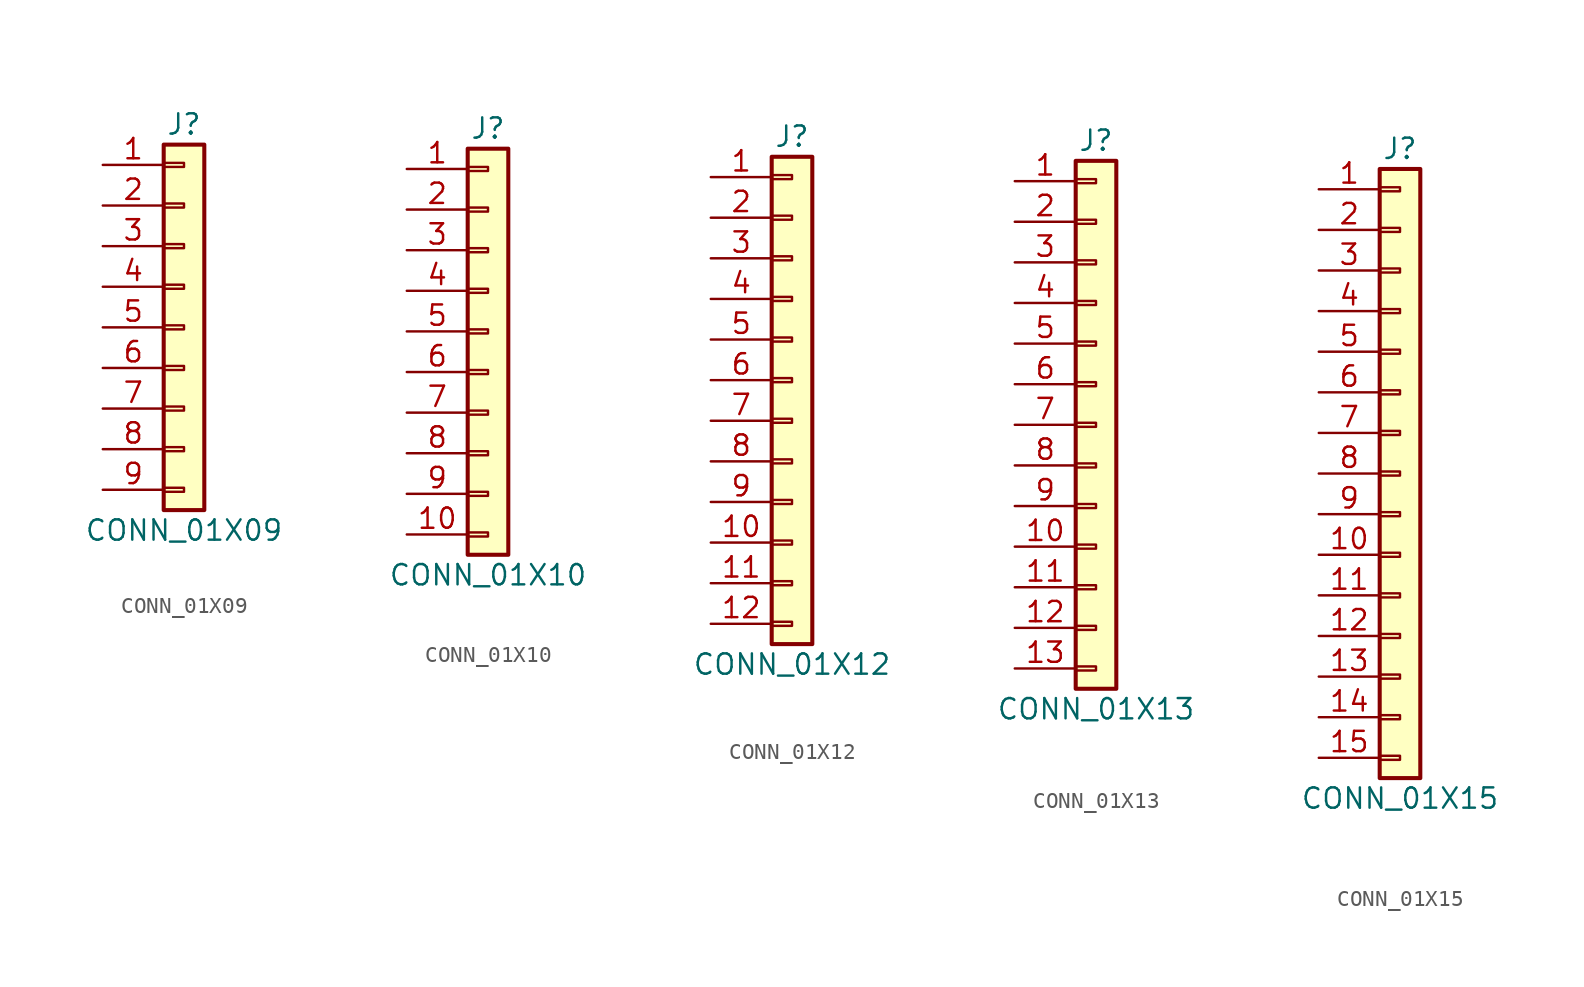
<source format=kicad_sym>
(kicad_symbol_lib
  (version 20211014)
  (generator kicad_symbol_editor)
  (symbol "CONN_01X09"
    (pin_names
      (offset 1.016) hide)
    (property "Reference" "J"
      (at 0 12.7 0)
      (effects (font (size 1.27 1.27))))
    (property "Value" "CONN_01X09"
      (at 0 -12.7 0)
      (effects (font (size 1.27 1.27))))
    (symbol "CONN_01X09_1_1"
      (rectangle (start -1.27 -10.033) (end 0 -10.287) (stroke (width 0.152) (type default) (color 0 0 0 0)) (fill (type none)))
      (rectangle (start -1.27 -7.493) (end 0 -7.747) (stroke (width 0.152) (type default) (color 0 0 0 0)) (fill (type none)))
      (rectangle (start -1.27 -4.953) (end 0 -5.207) (stroke (width 0.152) (type default) (color 0 0 0 0)) (fill (type none)))
      (rectangle (start -1.27 -2.413) (end 0 -2.667) (stroke (width 0.152) (type default) (color 0 0 0 0)) (fill (type none)))
      (rectangle (start -1.27 0.127) (end 0 -0.127) (stroke (width 0.152) (type default) (color 0 0 0 0)) (fill (type none)))
      (rectangle (start -1.27 2.667) (end 0 2.413) (stroke (width 0.152) (type default) (color 0 0 0 0)) (fill (type none)))
      (rectangle (start -1.27 5.207) (end 0 4.953) (stroke (width 0.152) (type default) (color 0 0 0 0)) (fill (type none)))
      (rectangle (start -1.27 7.747) (end 0 7.493) (stroke (width 0.152) (type default) (color 0 0 0 0)) (fill (type none)))
      (rectangle (start -1.27 10.287) (end 0 10.033) (stroke (width 0.152) (type default) (color 0 0 0 0)) (fill (type none)))
      (rectangle (start -1.27 11.43) (end 1.27 -11.43) (stroke (width 0.254) (type default) (color 0 0 0 0)) (fill (type background)))
      (pin passive line (at -5.08 10.16 0) (length 3.81) (name "Pin_1" (effects (font (size 1.27 1.27)))) (number "1" (effects (font (size 1.27 1.27)))))
      (pin passive line (at -5.08 7.62 0) (length 3.81) (name "Pin_2" (effects (font (size 1.27 1.27)))) (number "2" (effects (font (size 1.27 1.27)))))
      (pin passive line (at -5.08 5.08 0) (length 3.81) (name "Pin_3" (effects (font (size 1.27 1.27)))) (number "3" (effects (font (size 1.27 1.27)))))
      (pin passive line (at -5.08 2.54 0) (length 3.81) (name "Pin_4" (effects (font (size 1.27 1.27)))) (number "4" (effects (font (size 1.27 1.27)))))
      (pin passive line (at -5.08 0 0) (length 3.81) (name "Pin_5" (effects (font (size 1.27 1.27)))) (number "5" (effects (font (size 1.27 1.27)))))
      (pin passive line (at -5.08 -2.54 0) (length 3.81) (name "Pin_6" (effects (font (size 1.27 1.27)))) (number "6" (effects (font (size 1.27 1.27)))))
      (pin passive line (at -5.08 -5.08 0) (length 3.81) (name "Pin_7" (effects (font (size 1.27 1.27)))) (number "7" (effects (font (size 1.27 1.27)))))
      (pin passive line (at -5.08 -7.62 0) (length 3.81) (name "Pin_8" (effects (font (size 1.27 1.27)))) (number "8" (effects (font (size 1.27 1.27)))))
      (pin passive line (at -5.08 -10.16 0) (length 3.81) (name "Pin_9" (effects (font (size 1.27 1.27)))) (number "9" (effects (font (size 1.27 1.27)))))))
  (symbol "CONN_01X10"
    (pin_names
      (offset 1.016) hide)
    (property "Reference" "J"
      (at 0 12.7 0)
      (effects (font (size 1.27 1.27))))
    (property "Value" "CONN_01X10"
      (at 0 -15.24 0)
      (effects (font (size 1.27 1.27))))
    (symbol "CONN_01X10_1_1"
      (rectangle (start -1.27 -12.573) (end 0 -12.827) (stroke (width 0.152) (type default) (color 0 0 0 0)) (fill (type none)))
      (rectangle (start -1.27 -10.033) (end 0 -10.287) (stroke (width 0.152) (type default) (color 0 0 0 0)) (fill (type none)))
      (rectangle (start -1.27 -7.493) (end 0 -7.747) (stroke (width 0.152) (type default) (color 0 0 0 0)) (fill (type none)))
      (rectangle (start -1.27 -4.953) (end 0 -5.207) (stroke (width 0.152) (type default) (color 0 0 0 0)) (fill (type none)))
      (rectangle (start -1.27 -2.413) (end 0 -2.667) (stroke (width 0.152) (type default) (color 0 0 0 0)) (fill (type none)))
      (rectangle (start -1.27 0.127) (end 0 -0.127) (stroke (width 0.152) (type default) (color 0 0 0 0)) (fill (type none)))
      (rectangle (start -1.27 2.667) (end 0 2.413) (stroke (width 0.152) (type default) (color 0 0 0 0)) (fill (type none)))
      (rectangle (start -1.27 5.207) (end 0 4.953) (stroke (width 0.152) (type default) (color 0 0 0 0)) (fill (type none)))
      (rectangle (start -1.27 7.747) (end 0 7.493) (stroke (width 0.152) (type default) (color 0 0 0 0)) (fill (type none)))
      (rectangle (start -1.27 10.287) (end 0 10.033) (stroke (width 0.152) (type default) (color 0 0 0 0)) (fill (type none)))
      (rectangle (start -1.27 11.43) (end 1.27 -13.97) (stroke (width 0.254) (type default) (color 0 0 0 0)) (fill (type background)))
      (pin passive line (at -5.08 10.16 0) (length 3.81) (name "Pin_1" (effects (font (size 1.27 1.27)))) (number "1" (effects (font (size 1.27 1.27)))))
      (pin passive line (at -5.08 -12.7 0) (length 3.81) (name "Pin_10" (effects (font (size 1.27 1.27)))) (number "10" (effects (font (size 1.27 1.27)))))
      (pin passive line (at -5.08 7.62 0) (length 3.81) (name "Pin_2" (effects (font (size 1.27 1.27)))) (number "2" (effects (font (size 1.27 1.27)))))
      (pin passive line (at -5.08 5.08 0) (length 3.81) (name "Pin_3" (effects (font (size 1.27 1.27)))) (number "3" (effects (font (size 1.27 1.27)))))
      (pin passive line (at -5.08 2.54 0) (length 3.81) (name "Pin_4" (effects (font (size 1.27 1.27)))) (number "4" (effects (font (size 1.27 1.27)))))
      (pin passive line (at -5.08 0 0) (length 3.81) (name "Pin_5" (effects (font (size 1.27 1.27)))) (number "5" (effects (font (size 1.27 1.27)))))
      (pin passive line (at -5.08 -2.54 0) (length 3.81) (name "Pin_6" (effects (font (size 1.27 1.27)))) (number "6" (effects (font (size 1.27 1.27)))))
      (pin passive line (at -5.08 -5.08 0) (length 3.81) (name "Pin_7" (effects (font (size 1.27 1.27)))) (number "7" (effects (font (size 1.27 1.27)))))
      (pin passive line (at -5.08 -7.62 0) (length 3.81) (name "Pin_8" (effects (font (size 1.27 1.27)))) (number "8" (effects (font (size 1.27 1.27)))))
      (pin passive line (at -5.08 -10.16 0) (length 3.81) (name "Pin_9" (effects (font (size 1.27 1.27)))) (number "9" (effects (font (size 1.27 1.27)))))))
  (symbol "CONN_01X12"
    (pin_names
      (offset 1.016) hide)
    (property "Reference" "J"
      (at 0 15.24 0)
      (effects (font (size 1.27 1.27))))
    (property "Value" "CONN_01X12"
      (at 0 -17.78 0)
      (effects (font (size 1.27 1.27))))
    (symbol "CONN_01X12_1_1"
      (rectangle (start -1.27 -15.113) (end 0 -15.367) (stroke (width 0.152) (type default) (color 0 0 0 0)) (fill (type none)))
      (rectangle (start -1.27 -12.573) (end 0 -12.827) (stroke (width 0.152) (type default) (color 0 0 0 0)) (fill (type none)))
      (rectangle (start -1.27 -10.033) (end 0 -10.287) (stroke (width 0.152) (type default) (color 0 0 0 0)) (fill (type none)))
      (rectangle (start -1.27 -7.493) (end 0 -7.747) (stroke (width 0.152) (type default) (color 0 0 0 0)) (fill (type none)))
      (rectangle (start -1.27 -4.953) (end 0 -5.207) (stroke (width 0.152) (type default) (color 0 0 0 0)) (fill (type none)))
      (rectangle (start -1.27 -2.413) (end 0 -2.667) (stroke (width 0.152) (type default) (color 0 0 0 0)) (fill (type none)))
      (rectangle (start -1.27 0.127) (end 0 -0.127) (stroke (width 0.152) (type default) (color 0 0 0 0)) (fill (type none)))
      (rectangle (start -1.27 2.667) (end 0 2.413) (stroke (width 0.152) (type default) (color 0 0 0 0)) (fill (type none)))
      (rectangle (start -1.27 5.207) (end 0 4.953) (stroke (width 0.152) (type default) (color 0 0 0 0)) (fill (type none)))
      (rectangle (start -1.27 7.747) (end 0 7.493) (stroke (width 0.152) (type default) (color 0 0 0 0)) (fill (type none)))
      (rectangle (start -1.27 10.287) (end 0 10.033) (stroke (width 0.152) (type default) (color 0 0 0 0)) (fill (type none)))
      (rectangle (start -1.27 12.827) (end 0 12.573) (stroke (width 0.152) (type default) (color 0 0 0 0)) (fill (type none)))
      (rectangle (start -1.27 13.97) (end 1.27 -16.51) (stroke (width 0.254) (type default) (color 0 0 0 0)) (fill (type background)))
      (pin passive line (at -5.08 12.7 0) (length 3.81) (name "Pin_1" (effects (font (size 1.27 1.27)))) (number "1" (effects (font (size 1.27 1.27)))))
      (pin passive line (at -5.08 -10.16 0) (length 3.81) (name "Pin_10" (effects (font (size 1.27 1.27)))) (number "10" (effects (font (size 1.27 1.27)))))
      (pin passive line (at -5.08 -12.7 0) (length 3.81) (name "Pin_11" (effects (font (size 1.27 1.27)))) (number "11" (effects (font (size 1.27 1.27)))))
      (pin passive line (at -5.08 -15.24 0) (length 3.81) (name "Pin_12" (effects (font (size 1.27 1.27)))) (number "12" (effects (font (size 1.27 1.27)))))
      (pin passive line (at -5.08 10.16 0) (length 3.81) (name "Pin_2" (effects (font (size 1.27 1.27)))) (number "2" (effects (font (size 1.27 1.27)))))
      (pin passive line (at -5.08 7.62 0) (length 3.81) (name "Pin_3" (effects (font (size 1.27 1.27)))) (number "3" (effects (font (size 1.27 1.27)))))
      (pin passive line (at -5.08 5.08 0) (length 3.81) (name "Pin_4" (effects (font (size 1.27 1.27)))) (number "4" (effects (font (size 1.27 1.27)))))
      (pin passive line (at -5.08 2.54 0) (length 3.81) (name "Pin_5" (effects (font (size 1.27 1.27)))) (number "5" (effects (font (size 1.27 1.27)))))
      (pin passive line (at -5.08 0 0) (length 3.81) (name "Pin_6" (effects (font (size 1.27 1.27)))) (number "6" (effects (font (size 1.27 1.27)))))
      (pin passive line (at -5.08 -2.54 0) (length 3.81) (name "Pin_7" (effects (font (size 1.27 1.27)))) (number "7" (effects (font (size 1.27 1.27)))))
      (pin passive line (at -5.08 -5.08 0) (length 3.81) (name "Pin_8" (effects (font (size 1.27 1.27)))) (number "8" (effects (font (size 1.27 1.27)))))
      (pin passive line (at -5.08 -7.62 0) (length 3.81) (name "Pin_9" (effects (font (size 1.27 1.27)))) (number "9" (effects (font (size 1.27 1.27)))))))
  (symbol "CONN_01X13"
    (pin_names
      (offset 1.016) hide)
    (property "Reference" "J"
      (at 0 17.78 0)
      (effects (font (size 1.27 1.27))))
    (property "Value" "CONN_01X13"
      (at 0 -17.78 0)
      (effects (font (size 1.27 1.27))))
    (symbol "CONN_01X13_1_1"
      (rectangle (start -1.27 -15.113) (end 0 -15.367) (stroke (width 0.152) (type default) (color 0 0 0 0)) (fill (type none)))
      (rectangle (start -1.27 -12.573) (end 0 -12.827) (stroke (width 0.152) (type default) (color 0 0 0 0)) (fill (type none)))
      (rectangle (start -1.27 -10.033) (end 0 -10.287) (stroke (width 0.152) (type default) (color 0 0 0 0)) (fill (type none)))
      (rectangle (start -1.27 -7.493) (end 0 -7.747) (stroke (width 0.152) (type default) (color 0 0 0 0)) (fill (type none)))
      (rectangle (start -1.27 -4.953) (end 0 -5.207) (stroke (width 0.152) (type default) (color 0 0 0 0)) (fill (type none)))
      (rectangle (start -1.27 -2.413) (end 0 -2.667) (stroke (width 0.152) (type default) (color 0 0 0 0)) (fill (type none)))
      (rectangle (start -1.27 0.127) (end 0 -0.127) (stroke (width 0.152) (type default) (color 0 0 0 0)) (fill (type none)))
      (rectangle (start -1.27 2.667) (end 0 2.413) (stroke (width 0.152) (type default) (color 0 0 0 0)) (fill (type none)))
      (rectangle (start -1.27 5.207) (end 0 4.953) (stroke (width 0.152) (type default) (color 0 0 0 0)) (fill (type none)))
      (rectangle (start -1.27 7.747) (end 0 7.493) (stroke (width 0.152) (type default) (color 0 0 0 0)) (fill (type none)))
      (rectangle (start -1.27 10.287) (end 0 10.033) (stroke (width 0.152) (type default) (color 0 0 0 0)) (fill (type none)))
      (rectangle (start -1.27 12.827) (end 0 12.573) (stroke (width 0.152) (type default) (color 0 0 0 0)) (fill (type none)))
      (rectangle (start -1.27 15.367) (end 0 15.113) (stroke (width 0.152) (type default) (color 0 0 0 0)) (fill (type none)))
      (rectangle (start -1.27 16.51) (end 1.27 -16.51) (stroke (width 0.254) (type default) (color 0 0 0 0)) (fill (type background)))
      (pin passive line (at -5.08 15.24 0) (length 3.81) (name "Pin_1" (effects (font (size 1.27 1.27)))) (number "1" (effects (font (size 1.27 1.27)))))
      (pin passive line (at -5.08 -7.62 0) (length 3.81) (name "Pin_10" (effects (font (size 1.27 1.27)))) (number "10" (effects (font (size 1.27 1.27)))))
      (pin passive line (at -5.08 -10.16 0) (length 3.81) (name "Pin_11" (effects (font (size 1.27 1.27)))) (number "11" (effects (font (size 1.27 1.27)))))
      (pin passive line (at -5.08 -12.7 0) (length 3.81) (name "Pin_12" (effects (font (size 1.27 1.27)))) (number "12" (effects (font (size 1.27 1.27)))))
      (pin passive line (at -5.08 -15.24 0) (length 3.81) (name "Pin_13" (effects (font (size 1.27 1.27)))) (number "13" (effects (font (size 1.27 1.27)))))
      (pin passive line (at -5.08 12.7 0) (length 3.81) (name "Pin_2" (effects (font (size 1.27 1.27)))) (number "2" (effects (font (size 1.27 1.27)))))
      (pin passive line (at -5.08 10.16 0) (length 3.81) (name "Pin_3" (effects (font (size 1.27 1.27)))) (number "3" (effects (font (size 1.27 1.27)))))
      (pin passive line (at -5.08 7.62 0) (length 3.81) (name "Pin_4" (effects (font (size 1.27 1.27)))) (number "4" (effects (font (size 1.27 1.27)))))
      (pin passive line (at -5.08 5.08 0) (length 3.81) (name "Pin_5" (effects (font (size 1.27 1.27)))) (number "5" (effects (font (size 1.27 1.27)))))
      (pin passive line (at -5.08 2.54 0) (length 3.81) (name "Pin_6" (effects (font (size 1.27 1.27)))) (number "6" (effects (font (size 1.27 1.27)))))
      (pin passive line (at -5.08 0 0) (length 3.81) (name "Pin_7" (effects (font (size 1.27 1.27)))) (number "7" (effects (font (size 1.27 1.27)))))
      (pin passive line (at -5.08 -2.54 0) (length 3.81) (name "Pin_8" (effects (font (size 1.27 1.27)))) (number "8" (effects (font (size 1.27 1.27)))))
      (pin passive line (at -5.08 -5.08 0) (length 3.81) (name "Pin_9" (effects (font (size 1.27 1.27)))) (number "9" (effects (font (size 1.27 1.27)))))))
  (symbol "CONN_01X15"
    (pin_names
      (offset 1.016) hide)
    (property "Reference" "J"
      (at 0 20.32 0)
      (effects (font (size 1.27 1.27))))
    (property "Value" "CONN_01X15"
      (at 0 -20.32 0)
      (effects (font (size 1.27 1.27))))
    (symbol "CONN_01X15_1_1"
      (rectangle (start -1.27 -17.653) (end 0 -17.907) (stroke (width 0.152) (type default) (color 0 0 0 0)) (fill (type none)))
      (rectangle (start -1.27 -15.113) (end 0 -15.367) (stroke (width 0.152) (type default) (color 0 0 0 0)) (fill (type none)))
      (rectangle (start -1.27 -12.573) (end 0 -12.827) (stroke (width 0.152) (type default) (color 0 0 0 0)) (fill (type none)))
      (rectangle (start -1.27 -10.033) (end 0 -10.287) (stroke (width 0.152) (type default) (color 0 0 0 0)) (fill (type none)))
      (rectangle (start -1.27 -7.493) (end 0 -7.747) (stroke (width 0.152) (type default) (color 0 0 0 0)) (fill (type none)))
      (rectangle (start -1.27 -4.953) (end 0 -5.207) (stroke (width 0.152) (type default) (color 0 0 0 0)) (fill (type none)))
      (rectangle (start -1.27 -2.413) (end 0 -2.667) (stroke (width 0.152) (type default) (color 0 0 0 0)) (fill (type none)))
      (rectangle (start -1.27 0.127) (end 0 -0.127) (stroke (width 0.152) (type default) (color 0 0 0 0)) (fill (type none)))
      (rectangle (start -1.27 2.667) (end 0 2.413) (stroke (width 0.152) (type default) (color 0 0 0 0)) (fill (type none)))
      (rectangle (start -1.27 5.207) (end 0 4.953) (stroke (width 0.152) (type default) (color 0 0 0 0)) (fill (type none)))
      (rectangle (start -1.27 7.747) (end 0 7.493) (stroke (width 0.152) (type default) (color 0 0 0 0)) (fill (type none)))
      (rectangle (start -1.27 10.287) (end 0 10.033) (stroke (width 0.152) (type default) (color 0 0 0 0)) (fill (type none)))
      (rectangle (start -1.27 12.827) (end 0 12.573) (stroke (width 0.152) (type default) (color 0 0 0 0)) (fill (type none)))
      (rectangle (start -1.27 15.367) (end 0 15.113) (stroke (width 0.152) (type default) (color 0 0 0 0)) (fill (type none)))
      (rectangle (start -1.27 17.907) (end 0 17.653) (stroke (width 0.152) (type default) (color 0 0 0 0)) (fill (type none)))
      (rectangle (start -1.27 19.05) (end 1.27 -19.05) (stroke (width 0.254) (type default) (color 0 0 0 0)) (fill (type background)))
      (pin passive line (at -5.08 17.78 0) (length 3.81) (name "Pin_1" (effects (font (size 1.27 1.27)))) (number "1" (effects (font (size 1.27 1.27)))))
      (pin passive line (at -5.08 -5.08 0) (length 3.81) (name "Pin_10" (effects (font (size 1.27 1.27)))) (number "10" (effects (font (size 1.27 1.27)))))
      (pin passive line (at -5.08 -7.62 0) (length 3.81) (name "Pin_11" (effects (font (size 1.27 1.27)))) (number "11" (effects (font (size 1.27 1.27)))))
      (pin passive line (at -5.08 -10.16 0) (length 3.81) (name "Pin_12" (effects (font (size 1.27 1.27)))) (number "12" (effects (font (size 1.27 1.27)))))
      (pin passive line (at -5.08 -12.7 0) (length 3.81) (name "Pin_13" (effects (font (size 1.27 1.27)))) (number "13" (effects (font (size 1.27 1.27)))))
      (pin passive line (at -5.08 -15.24 0) (length 3.81) (name "Pin_14" (effects (font (size 1.27 1.27)))) (number "14" (effects (font (size 1.27 1.27)))))
      (pin passive line (at -5.08 -17.78 0) (length 3.81) (name "Pin_15" (effects (font (size 1.27 1.27)))) (number "15" (effects (font (size 1.27 1.27)))))
      (pin passive line (at -5.08 15.24 0) (length 3.81) (name "Pin_2" (effects (font (size 1.27 1.27)))) (number "2" (effects (font (size 1.27 1.27)))))
      (pin passive line (at -5.08 12.7 0) (length 3.81) (name "Pin_3" (effects (font (size 1.27 1.27)))) (number "3" (effects (font (size 1.27 1.27)))))
      (pin passive line (at -5.08 10.16 0) (length 3.81) (name "Pin_4" (effects (font (size 1.27 1.27)))) (number "4" (effects (font (size 1.27 1.27)))))
      (pin passive line (at -5.08 7.62 0) (length 3.81) (name "Pin_5" (effects (font (size 1.27 1.27)))) (number "5" (effects (font (size 1.27 1.27)))))
      (pin passive line (at -5.08 5.08 0) (length 3.81) (name "Pin_6" (effects (font (size 1.27 1.27)))) (number "6" (effects (font (size 1.27 1.27)))))
      (pin passive line (at -5.08 2.54 0) (length 3.81) (name "Pin_7" (effects (font (size 1.27 1.27)))) (number "7" (effects (font (size 1.27 1.27)))))
      (pin passive line (at -5.08 0 0) (length 3.81) (name "Pin_8" (effects (font (size 1.27 1.27)))) (number "8" (effects (font (size 1.27 1.27)))))
      (pin passive line (at -5.08 -2.54 0) (length 3.81) (name "Pin_9" (effects (font (size 1.27 1.27)))) (number "9" (effects (font (size 1.27 1.27))))))))
</source>
